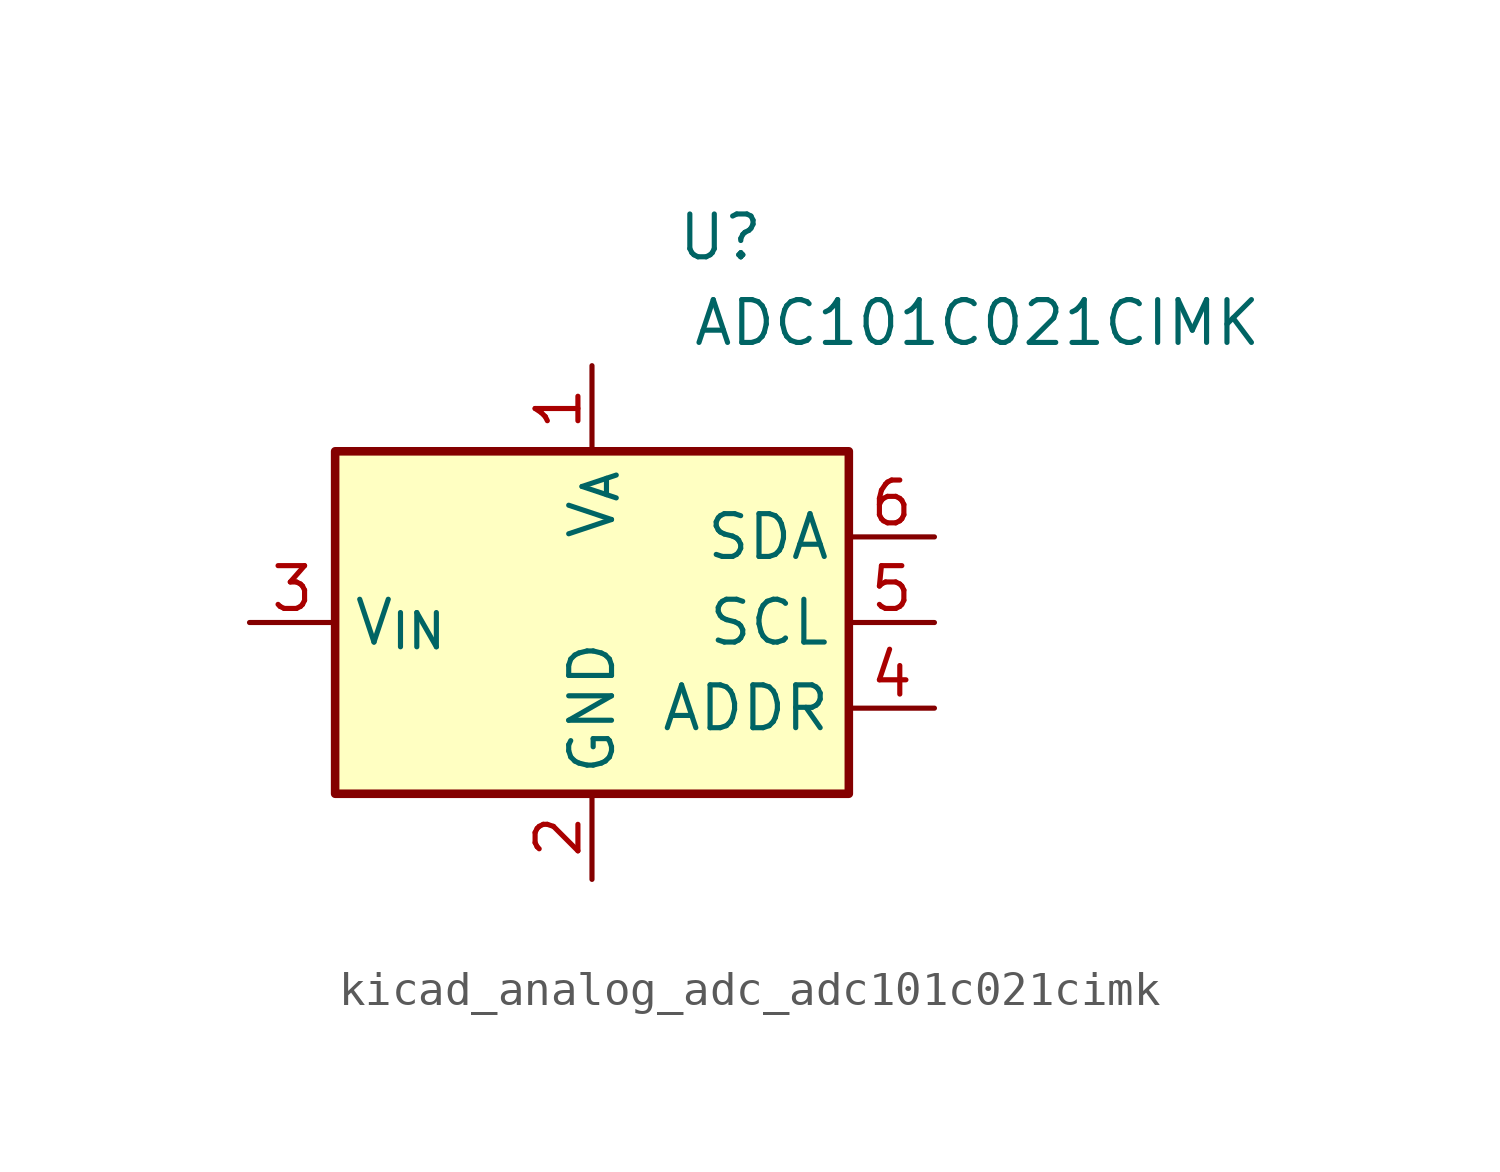
<source format=kicad_sym>
(kicad_symbol_lib
  (version 20220914)
  (generator kicad_symbol_editor)
  (symbol "kicad_analog_adc_adc101c021cimk"
    (property "Reference" "U"
      (at 3.81 11.43 0)
      (effects (font (size 1.27 1.27))))
    (property "Value" "ADC101C021CIMK"
      (at 11.43 8.89 0)
      (effects (font (size 1.27 1.27))))
    (symbol "kicad_analog_adc_adc101c021cimk_0_1"
      (rectangle (start -7.62 5.08) (end 7.62 -5.08) (stroke (width 0.254) (type default)) (fill (type background))))
    (symbol "kicad_analog_adc_adc101c021cimk_1_1"
      (pin power_in line (at 0 7.62 270) (length 2.54) (name "V_{A}" (effects (font (size 1.27 1.27)))) (number "1" (effects (font (size 1.27 1.27)))))
      (pin power_in line (at 0 -7.62 90) (length 2.54) (name "GND" (effects (font (size 1.27 1.27)))) (number "2" (effects (font (size 1.27 1.27)))))
      (pin input line (at -10.16 0 0) (length 2.54) (name "V_{IN}" (effects (font (size 1.27 1.27)))) (number "3" (effects (font (size 1.27 1.27)))))
      (pin input line (at 10.16 -2.54 180) (length 2.54) (name "ADDR" (effects (font (size 1.27 1.27)))) (number "4" (effects (font (size 1.27 1.27)))))
      (pin input line (at 10.16 0 180) (length 2.54) (name "SCL" (effects (font (size 1.27 1.27)))) (number "5" (effects (font (size 1.27 1.27)))))
      (pin bidirectional line (at 10.16 2.54 180) (length 2.54) (name "SDA" (effects (font (size 1.27 1.27)))) (number "6" (effects (font (size 1.27 1.27))))))))
</source>
